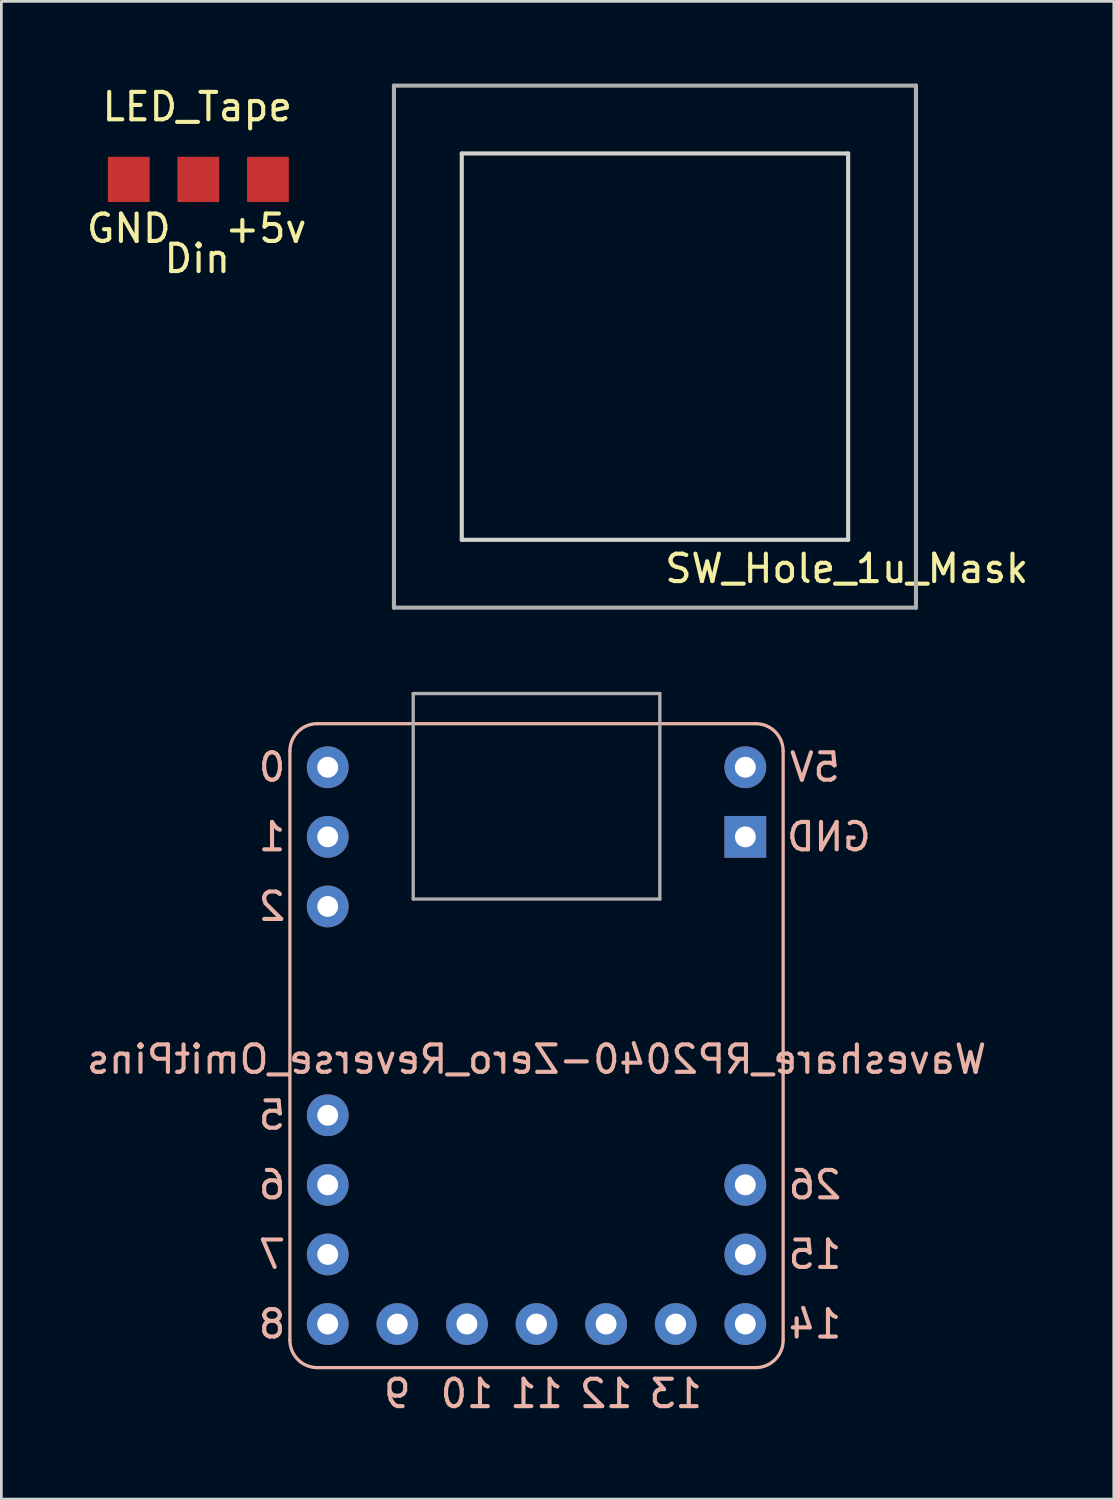
<source format=kicad_pcb>
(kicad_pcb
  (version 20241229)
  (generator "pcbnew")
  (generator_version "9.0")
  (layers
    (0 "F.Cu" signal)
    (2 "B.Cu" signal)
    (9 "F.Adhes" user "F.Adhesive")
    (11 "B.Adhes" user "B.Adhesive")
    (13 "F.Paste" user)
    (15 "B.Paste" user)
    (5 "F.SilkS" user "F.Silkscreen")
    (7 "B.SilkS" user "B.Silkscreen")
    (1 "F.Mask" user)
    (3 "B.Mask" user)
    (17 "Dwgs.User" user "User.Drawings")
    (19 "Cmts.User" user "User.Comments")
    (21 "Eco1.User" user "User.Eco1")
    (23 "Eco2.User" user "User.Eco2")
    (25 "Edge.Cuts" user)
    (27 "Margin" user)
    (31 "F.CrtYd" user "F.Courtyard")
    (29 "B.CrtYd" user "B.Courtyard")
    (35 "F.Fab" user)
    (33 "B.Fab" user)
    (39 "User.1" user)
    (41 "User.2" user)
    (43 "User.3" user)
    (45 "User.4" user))
  (footprint "Waveshare_RP2040-Zero_Reverse_OmitPins"
    (layer "F.Cu")
    (at 16.53 35.11)
    (property "Reference" "Waveshare_RP2040-Zero_Reverse_OmitPins" (at 0 0.5 0) (layer "B.SilkS") (effects (font (size 1 1) (thickness 0.15)) (justify mirror)))
    (attr through_hole)
    (fp_line (start -9 -10.75) (end -9 10.75) (stroke (width 0.12) (type solid)) (layer "B.SilkS"))
    (fp_line (start -8 -11.75) (end 8 -11.75) (stroke (width 0.12) (type solid)) (layer "B.SilkS"))
    (fp_line (start -8 11.75) (end 8 11.75) (stroke (width 0.12) (type solid)) (layer "B.SilkS"))
    (fp_line (start 9 -10.75) (end 9 10.75) (stroke (width 0.12) (type solid)) (layer "B.SilkS"))
    (fp_arc (start -9 -10.75) (mid -8.707107 -11.457107) (end -8 -11.75) (stroke (width 0.12) (type solid)) (layer "B.SilkS"))
    (fp_arc (start -8 11.75) (mid -8.707107 11.457107) (end -9 10.75) (stroke (width 0.12) (type solid)) (layer "B.SilkS"))
    (fp_arc (start 8 -11.75) (mid 8.707107 -11.457107) (end 9 -10.75) (stroke (width 0.12) (type solid)) (layer "B.SilkS"))
    (fp_arc (start 9 10.75) (mid 8.707107 11.457107) (end 8 11.75) (stroke (width 0.12) (type solid)) (layer "B.SilkS"))
    (fp_line (start -4.5 -12.85) (end -4.5 -5.35) (stroke (width 0.12) (type solid)) (layer "F.Fab"))
    (fp_line (start -4.5 -12.85) (end 4.5 -12.85) (stroke (width 0.12) (type solid)) (layer "F.Fab"))
    (fp_line (start -4.5 -5.35) (end 4.5 -5.35) (stroke (width 0.12) (type solid)) (layer "F.Fab"))
    (fp_line (start 4.5 -12.85) (end 4.5 -5.35) (stroke (width 0.12) (type solid)) (layer "F.Fab"))
    (fp_text user "1" (at -9.652 -7.62 0) (layer "B.SilkS") (effects (font (size 1 1) (thickness 0.15)) (justify mirror)))
    (fp_text user "12" (at 2.54 12.7 0) (layer "B.SilkS") (effects (font (size 1 1) (thickness 0.15)) (justify mirror)))
    (fp_text user "6" (at -9.652 5.08 0) (layer "B.SilkS") (effects (font (size 1 1) (thickness 0.15)) (justify mirror)))
    (fp_text user "15" (at 10.16 7.62 0) (layer "B.SilkS") (effects (font (size 1 1) (thickness 0.15)) (justify mirror)))
    (fp_text user "10" (at -2.54 12.7 0) (layer "B.SilkS") (effects (font (size 1 1) (thickness 0.15)) (justify mirror)))
    (fp_text user "GND" (at 10.668 -7.62 0) (layer "B.SilkS") (effects (font (size 1 1) (thickness 0.15)) (justify mirror)))
    (fp_text user "5" (at -9.652 2.54 0) (layer "B.SilkS") (effects (font (size 1 1) (thickness 0.15)) (justify mirror)))
    (fp_text user "7" (at -9.652 7.62 0) (layer "B.SilkS") (effects (font (size 1 1) (thickness 0.15)) (justify mirror)))
    (fp_text user "26" (at 10.16 5.08 0) (layer "B.SilkS") (effects (font (size 1 1) (thickness 0.15)) (justify mirror)))
    (fp_text user "9" (at -5.08 12.7 0) (layer "B.SilkS") (effects (font (size 1 1) (thickness 0.15)) (justify mirror)))
    (fp_text user "0" (at -9.652 -10.16 0) (layer "B.SilkS") (effects (font (size 1 1) (thickness 0.15)) (justify mirror)))
    (fp_text user "11" (at 0 12.7 0) (layer "B.SilkS") (effects (font (size 1 1) (thickness 0.15)) (justify mirror)))
    (fp_text user "13" (at 5.08 12.7 0) (layer "B.SilkS") (effects (font (size 1 1) (thickness 0.15)) (justify mirror)))
    (fp_text user "8" (at -9.652 10.16 0) (layer "B.SilkS") (effects (font (size 1 1) (thickness 0.15)) (justify mirror)))
    (fp_text user "5V" (at 10.16 -10.16 0) (layer "B.SilkS") (effects (font (size 1 1) (thickness 0.15)) (justify mirror)))
    (fp_text user "14" (at 10.16 10.16 0) (layer "B.SilkS") (effects (font (size 1 1) (thickness 0.15)) (justify mirror)))
    (fp_text user "2" (at -9.652 -5.08 0) (layer "B.SilkS") (effects (font (size 1 1) (thickness 0.15)) (justify mirror)))
    (pad "1" thru_hole circle (at 7.62 -10.16) (size 1.524 1.524) (drill 0.762) (layers "*.Cu" "*.Mask"))
    (pad "2" thru_hole rect (at 7.62 -7.62) (size 1.524 1.524) (drill 0.762) (layers "*.Cu" "*.Mask"))
    (pad "7" thru_hole circle (at 7.62 5.08) (size 1.524 1.524) (drill 0.762) (layers "*.Cu" "*.Mask"))
    (pad "8" thru_hole circle (at 7.62 7.62) (size 1.524 1.524) (drill 0.762) (layers "*.Cu" "*.Mask"))
    (pad "9" thru_hole circle (at 7.62 10.16) (size 1.524 1.524) (drill 0.762) (layers "*.Cu" "*.Mask"))
    (pad "10" thru_hole circle (at 5.08 10.16) (size 1.524 1.524) (drill 0.762) (layers "*.Cu" "*.Mask"))
    (pad "11" thru_hole circle (at 2.54 10.16) (size 1.524 1.524) (drill 0.762) (layers "*.Cu" "*.Mask"))
    (pad "12" thru_hole circle (at 0 10.16) (size 1.524 1.524) (drill 0.762) (layers "*.Cu" "*.Mask"))
    (pad "13" thru_hole circle (at -2.54 10.16) (size 1.524 1.524) (drill 0.762) (layers "*.Cu" "*.Mask"))
    (pad "14" thru_hole circle (at -5.08 10.16) (size 1.524 1.524) (drill 0.762) (layers "*.Cu" "*.Mask"))
    (pad "15" thru_hole circle (at -7.62 10.16) (size 1.524 1.524) (drill 0.762) (layers "*.Cu" "*.Mask"))
    (pad "16" thru_hole circle (at -7.62 7.62) (size 1.524 1.524) (drill 0.762) (layers "*.Cu" "*.Mask"))
    (pad "17" thru_hole circle (at -7.62 5.08) (size 1.524 1.524) (drill 0.762) (layers "*.Cu" "*.Mask"))
    (pad "18" thru_hole circle (at -7.62 2.54) (size 1.524 1.524) (drill 0.762) (layers "*.Cu" "*.Mask"))
    (pad "21" thru_hole circle (at -7.62 -5.08) (size 1.524 1.524) (drill 0.762) (layers "*.Cu" "*.Mask"))
    (pad "22" thru_hole circle (at -7.62 -7.62) (size 1.524 1.524) (drill 0.762) (layers "*.Cu" "*.Mask"))
    (pad "23" thru_hole circle (at -7.62 -10.16) (size 1.524 1.524) (drill 0.762) (layers "*.Cu" "*.Mask")))
  (footprint "LED_Tape"
    (layer "F.Cu")
    (at 4.15 3.388)
    (property "Reference" "LED_Tape" (at 0 -2.54 0) (layer "F.SilkS") (effects (font (size 1 1) (thickness 0.15))))
    (attr through_hole)
    (fp_text user "+5v" (at 2.501 1.9 0) (layer "F.SilkS") (effects (font (size 1 1) (thickness 0.15))))
    (fp_text user "GND" (at -2.501 1.9 0) (layer "F.SilkS") (effects (font (size 1 1) (thickness 0.15))))
    (fp_text user "Din" (at 0 3 0) (layer "F.SilkS") (effects (font (size 1 1) (thickness 0.15))))
    (pad "1" smd rect (at -2.501 0.11 90) (size 1.651 1.524) (layers "F.Cu" "F.Mask" "F.Paste"))
    (pad "2" smd rect (at 0.039 0.11 90) (size 1.651 1.524) (layers "F.Cu" "F.Mask" "F.Paste"))
    (pad "3" smd rect (at 2.579 0.11 90) (size 1.651 1.524) (layers "F.Cu" "F.Mask" "F.Paste")))
  (footprint "SW_Hole_1u_Mask"
    (layer "F.Cu")
    (at 20.852 9.6)
    (property "Reference" "SW_Hole_1u_Mask" (at 7 8.1 0) (layer "F.SilkS") (effects (font (size 1 1) (thickness 0.15))))
    (attr through_hole)
    (fp_poly (pts (xy -7.366 -7.366) (xy -7.874 -7.366) (xy -7.366 -7.874)) (stroke (width 0.1) (type solid)) (fill yes) (layer "F.Mask"))
    (fp_poly (pts (xy -7.366 7.366) (xy -7.366 7.874) (xy -7.874 7.366)) (stroke (width 0.1) (type solid)) (fill yes) (layer "F.Mask"))
    (fp_poly (pts (xy 7.366 -7.366) (xy 7.366 -7.874) (xy 7.874 -7.366)) (stroke (width 0.1) (type solid)) (fill yes) (layer "F.Mask"))
    (fp_poly (pts (xy 7.366 7.366) (xy 7.874 7.366) (xy 7.366 7.874)) (stroke (width 0.1) (type solid)) (fill yes) (layer "F.Mask"))
    (fp_poly (pts (xy -7.874 7.366) (xy -7.874 -7.366) (xy -6.985 -7.366) (xy -6.985 7.366)) (stroke (width 0.1) (type solid)) (fill yes) (layer "F.Mask"))
    (fp_poly (pts (xy -7.366 6.985) (xy 7.366 6.985) (xy 7.366 7.874) (xy -7.366 7.874)) (stroke (width 0.1) (type solid)) (fill yes) (layer "F.Mask"))
    (fp_poly (pts (xy 7.366 -6.985) (xy -7.366 -6.985) (xy -7.366 -7.874) (xy 7.366 -7.874)) (stroke (width 0.1) (type solid)) (fill yes) (layer "F.Mask"))
    (fp_poly (pts (xy 7.874 -7.366) (xy 7.874 7.366) (xy 6.985 7.366) (xy 6.985 -7.366)) (stroke (width 0.1) (type solid)) (fill yes) (layer "F.Mask"))
    (fp_line (start -7.05 -7.05) (end 7.05 -7.05) (stroke (width 0.15) (type solid)) (layer "Edge.Cuts"))
    (fp_line (start -7.05 7.05) (end -7.05 -7.05) (stroke (width 0.15) (type solid)) (layer "Edge.Cuts"))
    (fp_line (start 7.05 -7.05) (end 7.05 7.05) (stroke (width 0.15) (type solid)) (layer "Edge.Cuts"))
    (fp_line (start 7.05 7.05) (end -7.05 7.05) (stroke (width 0.15) (type solid)) (layer "Edge.Cuts"))
    (fp_line (start -9.525 -9.525) (end -9.525 9.525) (stroke (width 0.15) (type solid)) (layer "F.Fab"))
    (fp_line (start -9.525 9.525) (end 9.525 9.525) (stroke (width 0.15) (type solid)) (layer "F.Fab"))
    (fp_line (start 9.525 -9.525) (end -9.525 -9.525) (stroke (width 0.15) (type solid)) (layer "F.Fab"))
    (fp_line (start 9.525 9.525) (end 9.525 -9.525) (stroke (width 0.15) (type solid)) (layer "F.Fab")))
  (gr_rect
    (start -3 -3)
    (end 37.596 51.658)
    (stroke (width 0.1) (type default))
    (fill no)
    (layer "Edge.Cuts")))
</source>
